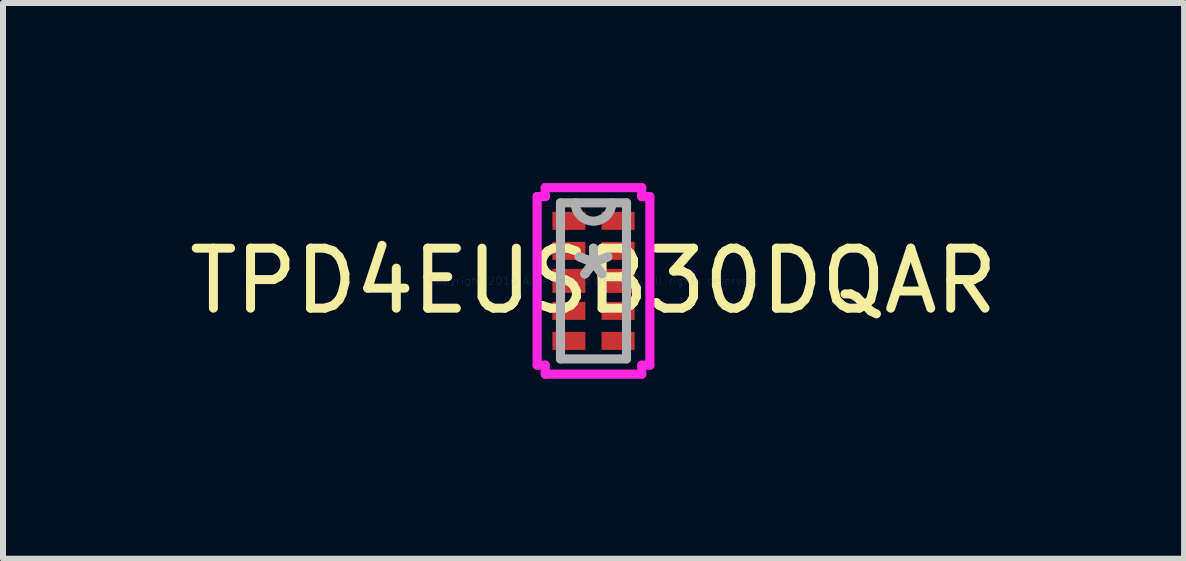
<source format=kicad_pcb>
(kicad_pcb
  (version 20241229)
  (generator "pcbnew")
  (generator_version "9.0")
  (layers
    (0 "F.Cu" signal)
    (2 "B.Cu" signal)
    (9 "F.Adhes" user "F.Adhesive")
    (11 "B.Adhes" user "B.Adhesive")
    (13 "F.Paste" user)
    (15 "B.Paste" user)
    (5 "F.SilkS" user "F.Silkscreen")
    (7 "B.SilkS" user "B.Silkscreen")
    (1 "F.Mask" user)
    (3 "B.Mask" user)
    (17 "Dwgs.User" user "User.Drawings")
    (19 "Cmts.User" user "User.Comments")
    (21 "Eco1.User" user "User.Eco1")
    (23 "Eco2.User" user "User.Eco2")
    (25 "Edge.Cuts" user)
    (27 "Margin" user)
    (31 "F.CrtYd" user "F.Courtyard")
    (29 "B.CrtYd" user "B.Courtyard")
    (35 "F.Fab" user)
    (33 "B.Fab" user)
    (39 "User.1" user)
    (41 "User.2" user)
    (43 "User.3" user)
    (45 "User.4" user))
  (footprint "TPD4EUSB30DQAR"
    (layer "F.Cu")
    (at 6.839 1.63)
    (property "Reference" "TPD4EUSB30DQAR" (at 0 0 0) (layer "F.SilkS") (effects (font (size 1 1) (thickness 0.15))))
    (attr through_hole)
    (fp_line (start -0.939 -1.404) (end -0.804 -1.404) (stroke (width 0.152) (type solid)) (layer "F.CrtYd"))
    (fp_line (start -0.939 1.404) (end -0.939 -1.404) (stroke (width 0.152) (type solid)) (layer "F.CrtYd"))
    (fp_line (start -0.804 -1.554) (end 0.804 -1.554) (stroke (width 0.152) (type solid)) (layer "F.CrtYd"))
    (fp_line (start -0.804 -1.404) (end -0.804 -1.554) (stroke (width 0.152) (type solid)) (layer "F.CrtYd"))
    (fp_line (start -0.804 1.404) (end -0.939 1.404) (stroke (width 0.152) (type solid)) (layer "F.CrtYd"))
    (fp_line (start -0.804 1.554) (end -0.804 1.404) (stroke (width 0.152) (type solid)) (layer "F.CrtYd"))
    (fp_line (start 0.804 -1.554) (end 0.804 -1.404) (stroke (width 0.152) (type solid)) (layer "F.CrtYd"))
    (fp_line (start 0.804 -1.404) (end 0.939 -1.404) (stroke (width 0.152) (type solid)) (layer "F.CrtYd"))
    (fp_line (start 0.804 1.404) (end 0.804 1.554) (stroke (width 0.152) (type solid)) (layer "F.CrtYd"))
    (fp_line (start 0.804 1.554) (end -0.804 1.554) (stroke (width 0.152) (type solid)) (layer "F.CrtYd"))
    (fp_line (start 0.939 -1.404) (end 0.939 1.404) (stroke (width 0.152) (type solid)) (layer "F.CrtYd"))
    (fp_line (start 0.939 1.404) (end 0.804 1.404) (stroke (width 0.152) (type solid)) (layer "F.CrtYd"))
    (fp_line (start -0.55 -1.3) (end -0.55 1.3) (stroke (width 0.152) (type solid)) (layer "F.Fab"))
    (fp_line (start -0.55 1.3) (end 0.55 1.3) (stroke (width 0.152) (type solid)) (layer "F.Fab"))
    (fp_line (start 0.55 -1.3) (end -0.55 -1.3) (stroke (width 0.152) (type solid)) (layer "F.Fab"))
    (fp_line (start 0.55 1.3) (end 0.55 -1.3) (stroke (width 0.152) (type solid)) (layer "F.Fab"))
    (fp_arc (start 0.3048 -1.3) (mid 0 -0.9952) (end -0.3048 -1.3) (stroke (width 0.1524) (type solid)) (layer "F.Fab"))
    (fp_text user "*" (at 0 0 0) (layer "F.SilkS") (effects (font (size 1 1) (thickness 0.15))))
    (fp_text user "Copyright 2016 Accelerated Designs. All rights reserved." (at 0 0 0) (layer "Cmts.User") (effects (font (size 0.127 0.127) (thickness 0.002))))
    (fp_text user "*" (at 0 0 0) (layer "F.Fab") (effects (font (size 1 1) (thickness 0.15))))
    (pad "1" smd rect (at -0.41 -1) (size 0.55 0.3) (layers "F.Cu" "F.Mask" "F.Paste"))
    (pad "2" smd rect (at -0.41 -0.5) (size 0.55 0.3) (layers "F.Cu" "F.Mask" "F.Paste"))
    (pad "3" smd rect (at -0.41 0) (size 0.55 0.4) (layers "F.Cu" "F.Mask" "F.Paste"))
    (pad "4" smd rect (at -0.41 0.5) (size 0.55 0.3) (layers "F.Cu" "F.Mask" "F.Paste"))
    (pad "5" smd rect (at -0.41 1) (size 0.55 0.3) (layers "F.Cu" "F.Mask" "F.Paste"))
    (pad "6" smd rect (at 0.41 1) (size 0.55 0.3) (layers "F.Cu" "F.Mask" "F.Paste"))
    (pad "7" smd rect (at 0.41 0.5) (size 0.55 0.3) (layers "F.Cu" "F.Mask" "F.Paste"))
    (pad "8" smd rect (at 0.41 0) (size 0.55 0.4) (layers "F.Cu" "F.Mask" "F.Paste"))
    (pad "9" smd rect (at 0.41 -0.5) (size 0.55 0.3) (layers "F.Cu" "F.Mask" "F.Paste"))
    (pad "10" smd rect (at 0.41 -1) (size 0.55 0.3) (layers "F.Cu" "F.Mask" "F.Paste")))
  (gr_rect
    (start -3 -3)
    (end 16.679 6.26)
    (stroke (width 0.1) (type default))
    (fill no)
    (layer "Edge.Cuts")))
</source>
